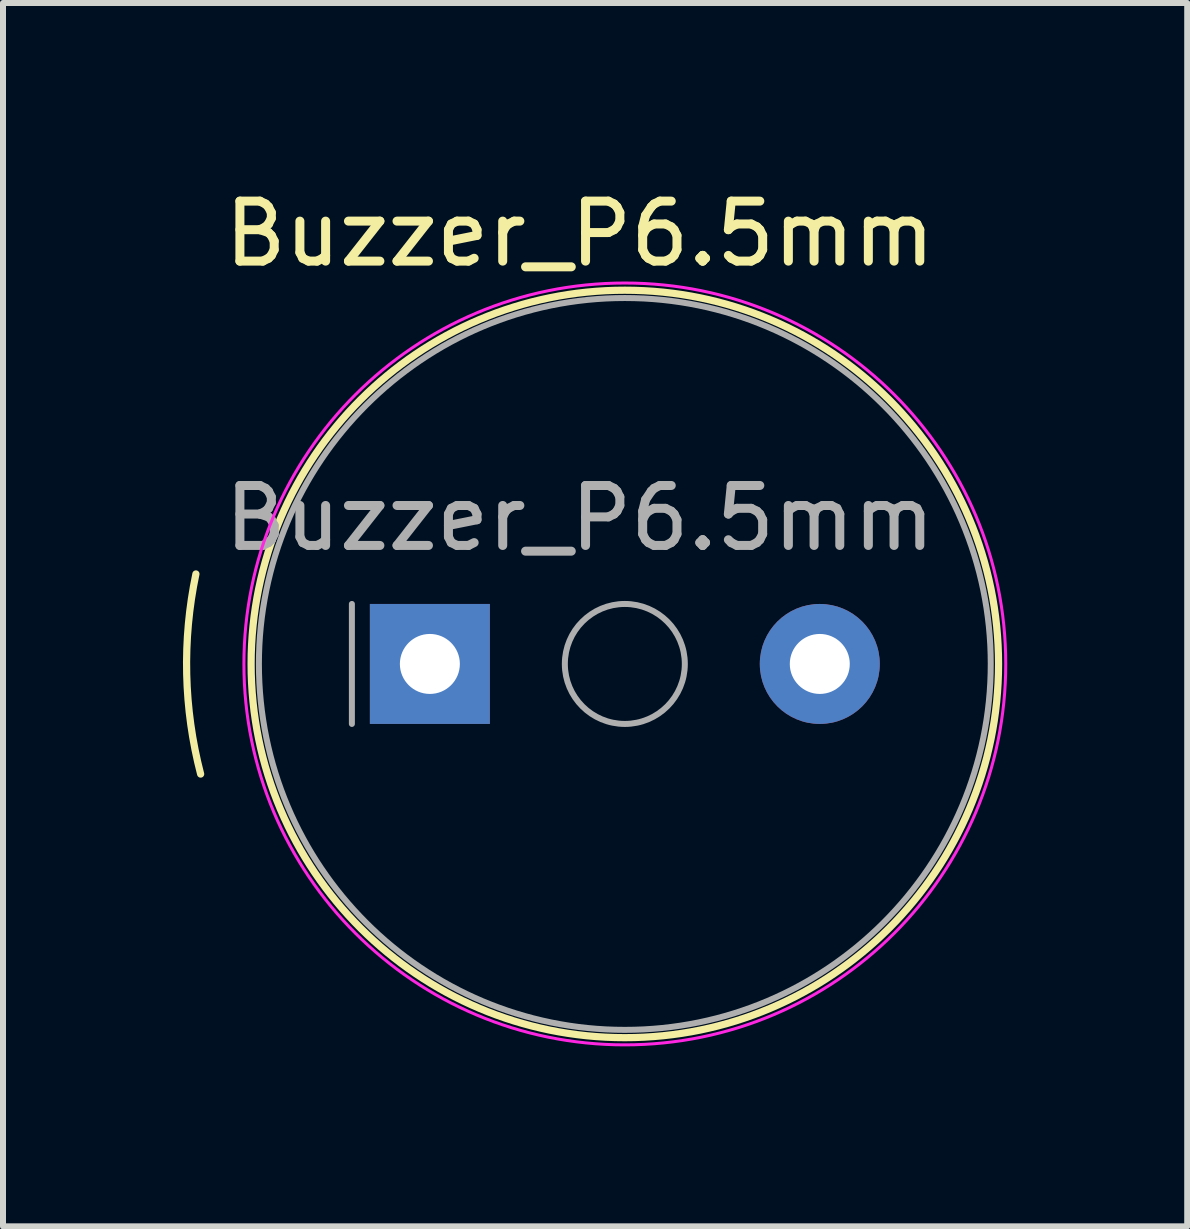
<source format=kicad_pcb>
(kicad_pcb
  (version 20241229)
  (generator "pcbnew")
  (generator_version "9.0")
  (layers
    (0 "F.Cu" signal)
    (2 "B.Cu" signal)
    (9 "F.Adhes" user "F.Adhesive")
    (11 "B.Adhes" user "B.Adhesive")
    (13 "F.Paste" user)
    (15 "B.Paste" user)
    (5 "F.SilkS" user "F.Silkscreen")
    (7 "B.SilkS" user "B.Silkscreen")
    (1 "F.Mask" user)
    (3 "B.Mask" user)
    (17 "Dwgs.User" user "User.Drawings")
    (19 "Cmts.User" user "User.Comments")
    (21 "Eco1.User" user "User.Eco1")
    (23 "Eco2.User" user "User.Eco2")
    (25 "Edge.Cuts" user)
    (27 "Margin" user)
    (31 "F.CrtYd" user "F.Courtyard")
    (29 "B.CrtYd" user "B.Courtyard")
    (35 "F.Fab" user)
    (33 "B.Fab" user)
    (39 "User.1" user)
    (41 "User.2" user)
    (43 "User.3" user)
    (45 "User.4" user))
  (footprint "Buzzer_P6.5mm"
    (layer "F.Cu")
    (at 4.116 8.018)
    (property "Reference" "Buzzer_P6.5mm" (at 2.5 -7.17 0) (layer "F.SilkS") (effects (font (size 1 1) (thickness 0.15))))
    (attr through_hole)
    (fp_arc (start -3.821292 1.835574) (mid -4.053616 0.17234) (end -3.9 -1.5) (stroke (width 0.12) (type solid)) (layer "F.SilkS"))
    (fp_circle (center 3.25 0) (end 9.48 0) (stroke (width 0.12) (type solid)) (fill no) (layer "F.SilkS"))
    (fp_circle (center 3.25 0) (end 9.6 0) (stroke (width 0.05) (type solid)) (fill no) (layer "F.CrtYd"))
    (fp_line (start -1.3 -1) (end -1.3 1) (stroke (width 0.1) (type solid)) (layer "F.Fab"))
    (fp_circle (center 3.25 0) (end 4.25 0) (stroke (width 0.1) (type solid)) (fill no) (layer "F.Fab"))
    (fp_circle (center 3.25 0) (end 9.35 0) (stroke (width 0.1) (type solid)) (fill no) (layer "F.Fab"))
    (fp_text user "${REFERENCE}" (at 2.5 -2.43 0) (layer "F.Fab") (effects (font (size 1 1) (thickness 0.15))))
    (pad "1" thru_hole rect (at 0 0) (size 2 2) (drill 1) (layers "*.Cu" "*.Mask"))
    (pad "2" thru_hole circle (at 6.5 0) (size 2 2) (drill 1) (layers "*.Cu" "*.Mask")))
  (gr_rect
    (start -3 -3)
    (end 16.741 17.393)
    (stroke (width 0.1) (type default))
    (fill no)
    (layer "Edge.Cuts")))
</source>
